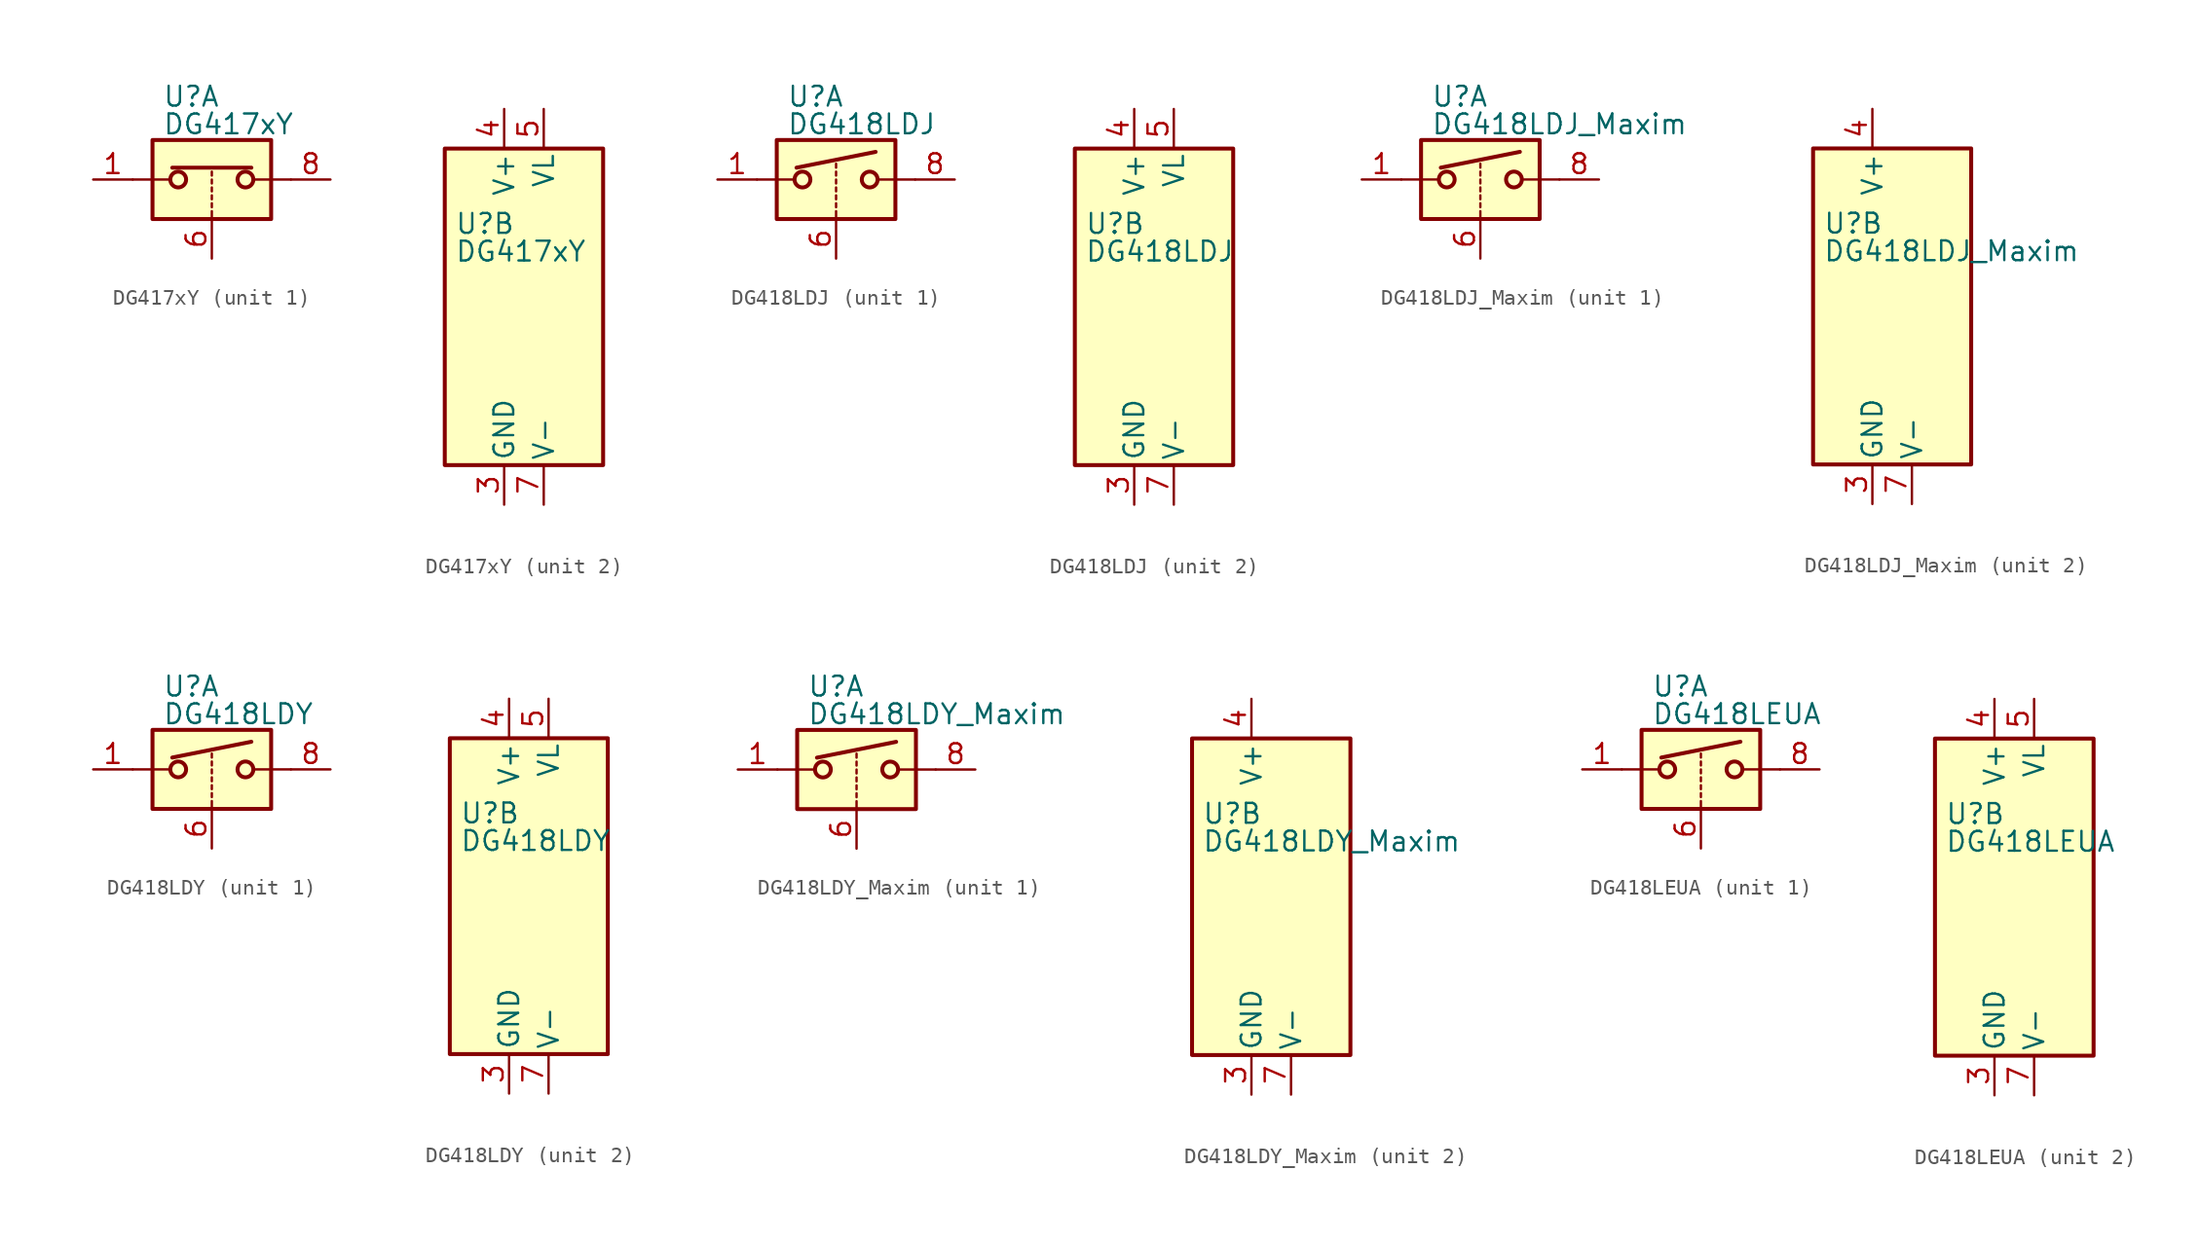
<source format=kicad_sym>
(kicad_symbol_lib
  (version 20241209)
  (generator "kicad_symbol_editor")
  (generator_version "9.0")
  (symbol "DG417xY"
    (pin_names
      (offset 0.254))
    (property "Reference" "U"
      (at -3.175 5.334 0)
      (effects (font (size 1.27 1.27)) (justify left)))
    (property "Value" "DG417xY"
      (at -3.175 3.556 0)
      (effects (font (size 1.27 1.27)) (justify left)))
    (symbol "DG417xY_1_1"
      (polyline (pts (xy -5.08 0) (xy -2.794 0)) (stroke (width 0) (type default)) (fill (type none)))
      (rectangle (start -3.81 2.54) (end 3.81 -2.54) (stroke (width 0.254) (type default)) (fill (type background)))
      (polyline (pts (xy -2.54 0.762) (xy 2.54 0.762)) (stroke (width 0.254) (type default)) (fill (type none)))
      (circle (center -2.159 0) (radius 0.508) (stroke (width 0.254) (type default)) (fill (type none)))
      (polyline (pts (xy 0 0.254) (xy 0 0.508)) (stroke (width 0) (type default)) (fill (type none)))
      (polyline (pts (xy 0 -0.254) (xy 0 0)) (stroke (width 0) (type default)) (fill (type none)))
      (polyline (pts (xy 0 -0.762) (xy 0 -0.508)) (stroke (width 0) (type default)) (fill (type none)))
      (polyline (pts (xy 0 -1.27) (xy 0 -1.016)) (stroke (width 0) (type default)) (fill (type none)))
      (polyline (pts (xy 0 -1.778) (xy 0 -1.524)) (stroke (width 0) (type default)) (fill (type none)))
      (polyline (pts (xy 0 -2.54) (xy 0 -2.032)) (stroke (width 0) (type default)) (fill (type none)))
      (circle (center 2.159 0) (radius 0.508) (stroke (width 0.254) (type default)) (fill (type none)))
      (polyline (pts (xy 5.08 0) (xy 2.794 0)) (stroke (width 0) (type default)) (fill (type none)))
      (pin passive line (at -7.62 0 0) (length 2.54) (name "~" (effects (font (size 1.27 1.27)))) (number "1" (effects (font (size 1.27 1.27)))))
      (pin input line (at 0 -5.08 90) (length 2.54) (name "~" (effects (font (size 1.27 1.27)))) (number "6" (effects (font (size 1.27 1.27)))))
      (pin passive line (at 7.62 0 180) (length 2.54) (name "~" (effects (font (size 1.27 1.27)))) (number "8" (effects (font (size 1.27 1.27))))))
    (symbol "DG417xY_2_0"
      (pin no_connect line (at -2.54 10.16 270) (length 2.54) (hide yes) (name "NC" (effects (font (size 1.27 1.27)))) (number "2" (effects (font (size 1.27 1.27)))))
      (pin power_in line (at 0 12.7 270) (length 2.54) (name "V+" (effects (font (size 1.27 1.27)))) (number "4" (effects (font (size 1.27 1.27)))))
      (pin power_in line (at 0 -12.7 90) (length 2.54) (name "GND" (effects (font (size 1.27 1.27)))) (number "3" (effects (font (size 1.27 1.27)))))
      (pin power_in line (at 2.54 12.7 270) (length 2.54) (name "VL" (effects (font (size 1.27 1.27)))) (number "5" (effects (font (size 1.27 1.27)))))
      (pin power_in line (at 2.54 -12.7 90) (length 2.54) (name "V-" (effects (font (size 1.27 1.27)))) (number "7" (effects (font (size 1.27 1.27))))))
    (symbol "DG417xY_2_1"
      (rectangle (start -3.81 10.16) (end 6.35 -10.16) (stroke (width 0.254) (type default)) (fill (type background)))))
  (symbol "DG418LDJ"
    (pin_names
      (offset 0.254))
    (property "Reference" "U"
      (at -3.175 5.334 0)
      (effects (font (size 1.27 1.27)) (justify left)))
    (property "Value" "DG418LDJ"
      (at -3.175 3.556 0)
      (effects (font (size 1.27 1.27)) (justify left)))
    (symbol "DG418LDJ_1_1"
      (polyline (pts (xy -5.08 0) (xy -2.794 0)) (stroke (width 0) (type default)) (fill (type none)))
      (rectangle (start -3.81 2.54) (end 3.81 -2.54) (stroke (width 0.254) (type default)) (fill (type background)))
      (polyline (pts (xy -2.54 0.762) (xy 2.54 1.778)) (stroke (width 0.254) (type default)) (fill (type none)))
      (circle (center -2.159 0) (radius 0.508) (stroke (width 0.254) (type default)) (fill (type none)))
      (polyline (pts (xy 0 0.762) (xy 0 1.016)) (stroke (width 0) (type default)) (fill (type none)))
      (polyline (pts (xy 0 0.254) (xy 0 0.508)) (stroke (width 0) (type default)) (fill (type none)))
      (polyline (pts (xy 0 -0.254) (xy 0 0)) (stroke (width 0) (type default)) (fill (type none)))
      (polyline (pts (xy 0 -0.762) (xy 0 -0.508)) (stroke (width 0) (type default)) (fill (type none)))
      (polyline (pts (xy 0 -1.27) (xy 0 -1.016)) (stroke (width 0) (type default)) (fill (type none)))
      (polyline (pts (xy 0 -1.778) (xy 0 -1.524)) (stroke (width 0) (type default)) (fill (type none)))
      (polyline (pts (xy 0 -2.54) (xy 0 -2.032)) (stroke (width 0) (type default)) (fill (type none)))
      (circle (center 2.159 0) (radius 0.508) (stroke (width 0.254) (type default)) (fill (type none)))
      (polyline (pts (xy 5.08 0) (xy 2.794 0)) (stroke (width 0) (type default)) (fill (type none)))
      (pin passive line (at -7.62 0 0) (length 2.54) (name "~" (effects (font (size 1.27 1.27)))) (number "1" (effects (font (size 1.27 1.27)))))
      (pin input line (at 0 -5.08 90) (length 2.54) (name "~" (effects (font (size 1.27 1.27)))) (number "6" (effects (font (size 1.27 1.27)))))
      (pin passive line (at 7.62 0 180) (length 2.54) (name "~" (effects (font (size 1.27 1.27)))) (number "8" (effects (font (size 1.27 1.27))))))
    (symbol "DG418LDJ_2_0"
      (pin no_connect line (at -2.54 10.16 270) (length 2.54) (hide yes) (name "NC" (effects (font (size 1.27 1.27)))) (number "2" (effects (font (size 1.27 1.27)))))
      (pin power_in line (at 0 12.7 270) (length 2.54) (name "V+" (effects (font (size 1.27 1.27)))) (number "4" (effects (font (size 1.27 1.27)))))
      (pin power_in line (at 0 -12.7 90) (length 2.54) (name "GND" (effects (font (size 1.27 1.27)))) (number "3" (effects (font (size 1.27 1.27)))))
      (pin power_in line (at 2.54 12.7 270) (length 2.54) (name "VL" (effects (font (size 1.27 1.27)))) (number "5" (effects (font (size 1.27 1.27)))))
      (pin power_in line (at 2.54 -12.7 90) (length 2.54) (name "V-" (effects (font (size 1.27 1.27)))) (number "7" (effects (font (size 1.27 1.27))))))
    (symbol "DG418LDJ_2_1"
      (rectangle (start -3.81 10.16) (end 6.35 -10.16) (stroke (width 0.254) (type default)) (fill (type background)))))
  (symbol "DG418LDJ_Maxim"
    (pin_names
      (offset 0.254))
    (property "Reference" "U"
      (at -3.175 5.334 0)
      (effects (font (size 1.27 1.27)) (justify left)))
    (property "Value" "DG418LDJ_Maxim"
      (at -3.175 3.556 0)
      (effects (font (size 1.27 1.27)) (justify left)))
    (symbol "DG418LDJ_Maxim_1_1"
      (polyline (pts (xy -5.08 0) (xy -2.794 0)) (stroke (width 0) (type default)) (fill (type none)))
      (rectangle (start -3.81 2.54) (end 3.81 -2.54) (stroke (width 0.254) (type default)) (fill (type background)))
      (polyline (pts (xy -2.54 0.762) (xy 2.54 1.778)) (stroke (width 0.254) (type default)) (fill (type none)))
      (circle (center -2.159 0) (radius 0.508) (stroke (width 0.254) (type default)) (fill (type none)))
      (polyline (pts (xy 0 0.762) (xy 0 1.016)) (stroke (width 0) (type default)) (fill (type none)))
      (polyline (pts (xy 0 0.254) (xy 0 0.508)) (stroke (width 0) (type default)) (fill (type none)))
      (polyline (pts (xy 0 -0.254) (xy 0 0)) (stroke (width 0) (type default)) (fill (type none)))
      (polyline (pts (xy 0 -0.762) (xy 0 -0.508)) (stroke (width 0) (type default)) (fill (type none)))
      (polyline (pts (xy 0 -1.27) (xy 0 -1.016)) (stroke (width 0) (type default)) (fill (type none)))
      (polyline (pts (xy 0 -1.778) (xy 0 -1.524)) (stroke (width 0) (type default)) (fill (type none)))
      (polyline (pts (xy 0 -2.54) (xy 0 -2.032)) (stroke (width 0) (type default)) (fill (type none)))
      (circle (center 2.159 0) (radius 0.508) (stroke (width 0.254) (type default)) (fill (type none)))
      (polyline (pts (xy 5.08 0) (xy 2.794 0)) (stroke (width 0) (type default)) (fill (type none)))
      (pin passive line (at -7.62 0 0) (length 2.54) (name "~" (effects (font (size 1.27 1.27)))) (number "1" (effects (font (size 1.27 1.27)))))
      (pin input line (at 0 -5.08 90) (length 2.54) (name "~" (effects (font (size 1.27 1.27)))) (number "6" (effects (font (size 1.27 1.27)))))
      (pin passive line (at 7.62 0 180) (length 2.54) (name "~" (effects (font (size 1.27 1.27)))) (number "8" (effects (font (size 1.27 1.27))))))
    (symbol "DG418LDJ_Maxim_2_0"
      (pin no_connect line (at -2.54 10.16 270) (length 2.54) (hide yes) (name "NC" (effects (font (size 1.27 1.27)))) (number "2" (effects (font (size 1.27 1.27)))))
      (pin power_in line (at 0 12.7 270) (length 2.54) (name "V+" (effects (font (size 1.27 1.27)))) (number "4" (effects (font (size 1.27 1.27)))))
      (pin power_in line (at 0 -12.7 90) (length 2.54) (name "GND" (effects (font (size 1.27 1.27)))) (number "3" (effects (font (size 1.27 1.27)))))
      (pin no_connect line (at 2.54 10.16 270) (length 2.54) (hide yes) (name "NC" (effects (font (size 1.27 1.27)))) (number "5" (effects (font (size 1.27 1.27)))))
      (pin power_in line (at 2.54 -12.7 90) (length 2.54) (name "V-" (effects (font (size 1.27 1.27)))) (number "7" (effects (font (size 1.27 1.27))))))
    (symbol "DG418LDJ_Maxim_2_1"
      (rectangle (start -3.81 10.16) (end 6.35 -10.16) (stroke (width 0.254) (type default)) (fill (type background)))))
  (symbol "DG418LDY"
    (pin_names
      (offset 0.254))
    (property "Reference" "U"
      (at -3.175 5.334 0)
      (effects (font (size 1.27 1.27)) (justify left)))
    (property "Value" "DG418LDY"
      (at -3.175 3.556 0)
      (effects (font (size 1.27 1.27)) (justify left)))
    (symbol "DG418LDY_1_1"
      (polyline (pts (xy -5.08 0) (xy -2.794 0)) (stroke (width 0) (type default)) (fill (type none)))
      (rectangle (start -3.81 2.54) (end 3.81 -2.54) (stroke (width 0.254) (type default)) (fill (type background)))
      (polyline (pts (xy -2.54 0.762) (xy 2.54 1.778)) (stroke (width 0.254) (type default)) (fill (type none)))
      (circle (center -2.159 0) (radius 0.508) (stroke (width 0.254) (type default)) (fill (type none)))
      (polyline (pts (xy 0 0.762) (xy 0 1.016)) (stroke (width 0) (type default)) (fill (type none)))
      (polyline (pts (xy 0 0.254) (xy 0 0.508)) (stroke (width 0) (type default)) (fill (type none)))
      (polyline (pts (xy 0 -0.254) (xy 0 0)) (stroke (width 0) (type default)) (fill (type none)))
      (polyline (pts (xy 0 -0.762) (xy 0 -0.508)) (stroke (width 0) (type default)) (fill (type none)))
      (polyline (pts (xy 0 -1.27) (xy 0 -1.016)) (stroke (width 0) (type default)) (fill (type none)))
      (polyline (pts (xy 0 -1.778) (xy 0 -1.524)) (stroke (width 0) (type default)) (fill (type none)))
      (polyline (pts (xy 0 -2.54) (xy 0 -2.032)) (stroke (width 0) (type default)) (fill (type none)))
      (circle (center 2.159 0) (radius 0.508) (stroke (width 0.254) (type default)) (fill (type none)))
      (polyline (pts (xy 5.08 0) (xy 2.794 0)) (stroke (width 0) (type default)) (fill (type none)))
      (pin passive line (at -7.62 0 0) (length 2.54) (name "~" (effects (font (size 1.27 1.27)))) (number "1" (effects (font (size 1.27 1.27)))))
      (pin input line (at 0 -5.08 90) (length 2.54) (name "~" (effects (font (size 1.27 1.27)))) (number "6" (effects (font (size 1.27 1.27)))))
      (pin passive line (at 7.62 0 180) (length 2.54) (name "~" (effects (font (size 1.27 1.27)))) (number "8" (effects (font (size 1.27 1.27))))))
    (symbol "DG418LDY_2_0"
      (pin no_connect line (at -2.54 10.16 270) (length 2.54) (hide yes) (name "NC" (effects (font (size 1.27 1.27)))) (number "2" (effects (font (size 1.27 1.27)))))
      (pin power_in line (at 0 12.7 270) (length 2.54) (name "V+" (effects (font (size 1.27 1.27)))) (number "4" (effects (font (size 1.27 1.27)))))
      (pin power_in line (at 0 -12.7 90) (length 2.54) (name "GND" (effects (font (size 1.27 1.27)))) (number "3" (effects (font (size 1.27 1.27)))))
      (pin power_in line (at 2.54 12.7 270) (length 2.54) (name "VL" (effects (font (size 1.27 1.27)))) (number "5" (effects (font (size 1.27 1.27)))))
      (pin power_in line (at 2.54 -12.7 90) (length 2.54) (name "V-" (effects (font (size 1.27 1.27)))) (number "7" (effects (font (size 1.27 1.27))))))
    (symbol "DG418LDY_2_1"
      (rectangle (start -3.81 10.16) (end 6.35 -10.16) (stroke (width 0.254) (type default)) (fill (type background)))))
  (symbol "DG418LDY_Maxim"
    (pin_names
      (offset 0.254))
    (property "Reference" "U"
      (at -3.175 5.334 0)
      (effects (font (size 1.27 1.27)) (justify left)))
    (property "Value" "DG418LDY_Maxim"
      (at -3.175 3.556 0)
      (effects (font (size 1.27 1.27)) (justify left)))
    (symbol "DG418LDY_Maxim_1_1"
      (polyline (pts (xy -5.08 0) (xy -2.794 0)) (stroke (width 0) (type default)) (fill (type none)))
      (rectangle (start -3.81 2.54) (end 3.81 -2.54) (stroke (width 0.254) (type default)) (fill (type background)))
      (polyline (pts (xy -2.54 0.762) (xy 2.54 1.778)) (stroke (width 0.254) (type default)) (fill (type none)))
      (circle (center -2.159 0) (radius 0.508) (stroke (width 0.254) (type default)) (fill (type none)))
      (polyline (pts (xy 0 0.762) (xy 0 1.016)) (stroke (width 0) (type default)) (fill (type none)))
      (polyline (pts (xy 0 0.254) (xy 0 0.508)) (stroke (width 0) (type default)) (fill (type none)))
      (polyline (pts (xy 0 -0.254) (xy 0 0)) (stroke (width 0) (type default)) (fill (type none)))
      (polyline (pts (xy 0 -0.762) (xy 0 -0.508)) (stroke (width 0) (type default)) (fill (type none)))
      (polyline (pts (xy 0 -1.27) (xy 0 -1.016)) (stroke (width 0) (type default)) (fill (type none)))
      (polyline (pts (xy 0 -1.778) (xy 0 -1.524)) (stroke (width 0) (type default)) (fill (type none)))
      (polyline (pts (xy 0 -2.54) (xy 0 -2.032)) (stroke (width 0) (type default)) (fill (type none)))
      (circle (center 2.159 0) (radius 0.508) (stroke (width 0.254) (type default)) (fill (type none)))
      (polyline (pts (xy 5.08 0) (xy 2.794 0)) (stroke (width 0) (type default)) (fill (type none)))
      (pin passive line (at -7.62 0 0) (length 2.54) (name "~" (effects (font (size 1.27 1.27)))) (number "1" (effects (font (size 1.27 1.27)))))
      (pin input line (at 0 -5.08 90) (length 2.54) (name "~" (effects (font (size 1.27 1.27)))) (number "6" (effects (font (size 1.27 1.27)))))
      (pin passive line (at 7.62 0 180) (length 2.54) (name "~" (effects (font (size 1.27 1.27)))) (number "8" (effects (font (size 1.27 1.27))))))
    (symbol "DG418LDY_Maxim_2_0"
      (pin no_connect line (at -2.54 10.16 270) (length 2.54) (hide yes) (name "NC" (effects (font (size 1.27 1.27)))) (number "2" (effects (font (size 1.27 1.27)))))
      (pin power_in line (at 0 12.7 270) (length 2.54) (name "V+" (effects (font (size 1.27 1.27)))) (number "4" (effects (font (size 1.27 1.27)))))
      (pin power_in line (at 0 -12.7 90) (length 2.54) (name "GND" (effects (font (size 1.27 1.27)))) (number "3" (effects (font (size 1.27 1.27)))))
      (pin no_connect line (at 2.54 10.16 270) (length 2.54) (hide yes) (name "NC" (effects (font (size 1.27 1.27)))) (number "5" (effects (font (size 1.27 1.27)))))
      (pin power_in line (at 2.54 -12.7 90) (length 2.54) (name "V-" (effects (font (size 1.27 1.27)))) (number "7" (effects (font (size 1.27 1.27))))))
    (symbol "DG418LDY_Maxim_2_1"
      (rectangle (start -3.81 10.16) (end 6.35 -10.16) (stroke (width 0.254) (type default)) (fill (type background)))))
  (symbol "DG418LEUA"
    (pin_names
      (offset 0.254))
    (property "Reference" "U"
      (at -3.175 5.334 0)
      (effects (font (size 1.27 1.27)) (justify left)))
    (property "Value" "DG418LEUA"
      (at -3.175 3.556 0)
      (effects (font (size 1.27 1.27)) (justify left)))
    (symbol "DG418LEUA_1_1"
      (polyline (pts (xy -5.08 0) (xy -2.794 0)) (stroke (width 0) (type default)) (fill (type none)))
      (rectangle (start -3.81 2.54) (end 3.81 -2.54) (stroke (width 0.254) (type default)) (fill (type background)))
      (polyline (pts (xy -2.54 0.762) (xy 2.54 1.778)) (stroke (width 0.254) (type default)) (fill (type none)))
      (circle (center -2.159 0) (radius 0.508) (stroke (width 0.254) (type default)) (fill (type none)))
      (polyline (pts (xy 0 0.762) (xy 0 1.016)) (stroke (width 0) (type default)) (fill (type none)))
      (polyline (pts (xy 0 0.254) (xy 0 0.508)) (stroke (width 0) (type default)) (fill (type none)))
      (polyline (pts (xy 0 -0.254) (xy 0 0)) (stroke (width 0) (type default)) (fill (type none)))
      (polyline (pts (xy 0 -0.762) (xy 0 -0.508)) (stroke (width 0) (type default)) (fill (type none)))
      (polyline (pts (xy 0 -1.27) (xy 0 -1.016)) (stroke (width 0) (type default)) (fill (type none)))
      (polyline (pts (xy 0 -1.778) (xy 0 -1.524)) (stroke (width 0) (type default)) (fill (type none)))
      (polyline (pts (xy 0 -2.54) (xy 0 -2.032)) (stroke (width 0) (type default)) (fill (type none)))
      (circle (center 2.159 0) (radius 0.508) (stroke (width 0.254) (type default)) (fill (type none)))
      (polyline (pts (xy 5.08 0) (xy 2.794 0)) (stroke (width 0) (type default)) (fill (type none)))
      (pin passive line (at -7.62 0 0) (length 2.54) (name "~" (effects (font (size 1.27 1.27)))) (number "1" (effects (font (size 1.27 1.27)))))
      (pin input line (at 0 -5.08 90) (length 2.54) (name "~" (effects (font (size 1.27 1.27)))) (number "6" (effects (font (size 1.27 1.27)))))
      (pin passive line (at 7.62 0 180) (length 2.54) (name "~" (effects (font (size 1.27 1.27)))) (number "8" (effects (font (size 1.27 1.27))))))
    (symbol "DG418LEUA_2_0"
      (pin no_connect line (at -2.54 10.16 270) (length 2.54) (hide yes) (name "NC" (effects (font (size 1.27 1.27)))) (number "2" (effects (font (size 1.27 1.27)))))
      (pin power_in line (at 0 12.7 270) (length 2.54) (name "V+" (effects (font (size 1.27 1.27)))) (number "4" (effects (font (size 1.27 1.27)))))
      (pin power_in line (at 0 -12.7 90) (length 2.54) (name "GND" (effects (font (size 1.27 1.27)))) (number "3" (effects (font (size 1.27 1.27)))))
      (pin power_in line (at 2.54 12.7 270) (length 2.54) (name "VL" (effects (font (size 1.27 1.27)))) (number "5" (effects (font (size 1.27 1.27)))))
      (pin power_in line (at 2.54 -12.7 90) (length 2.54) (name "V-" (effects (font (size 1.27 1.27)))) (number "7" (effects (font (size 1.27 1.27))))))
    (symbol "DG418LEUA_2_1"
      (rectangle (start -3.81 10.16) (end 6.35 -10.16) (stroke (width 0.254) (type default)) (fill (type background))))))
</source>
